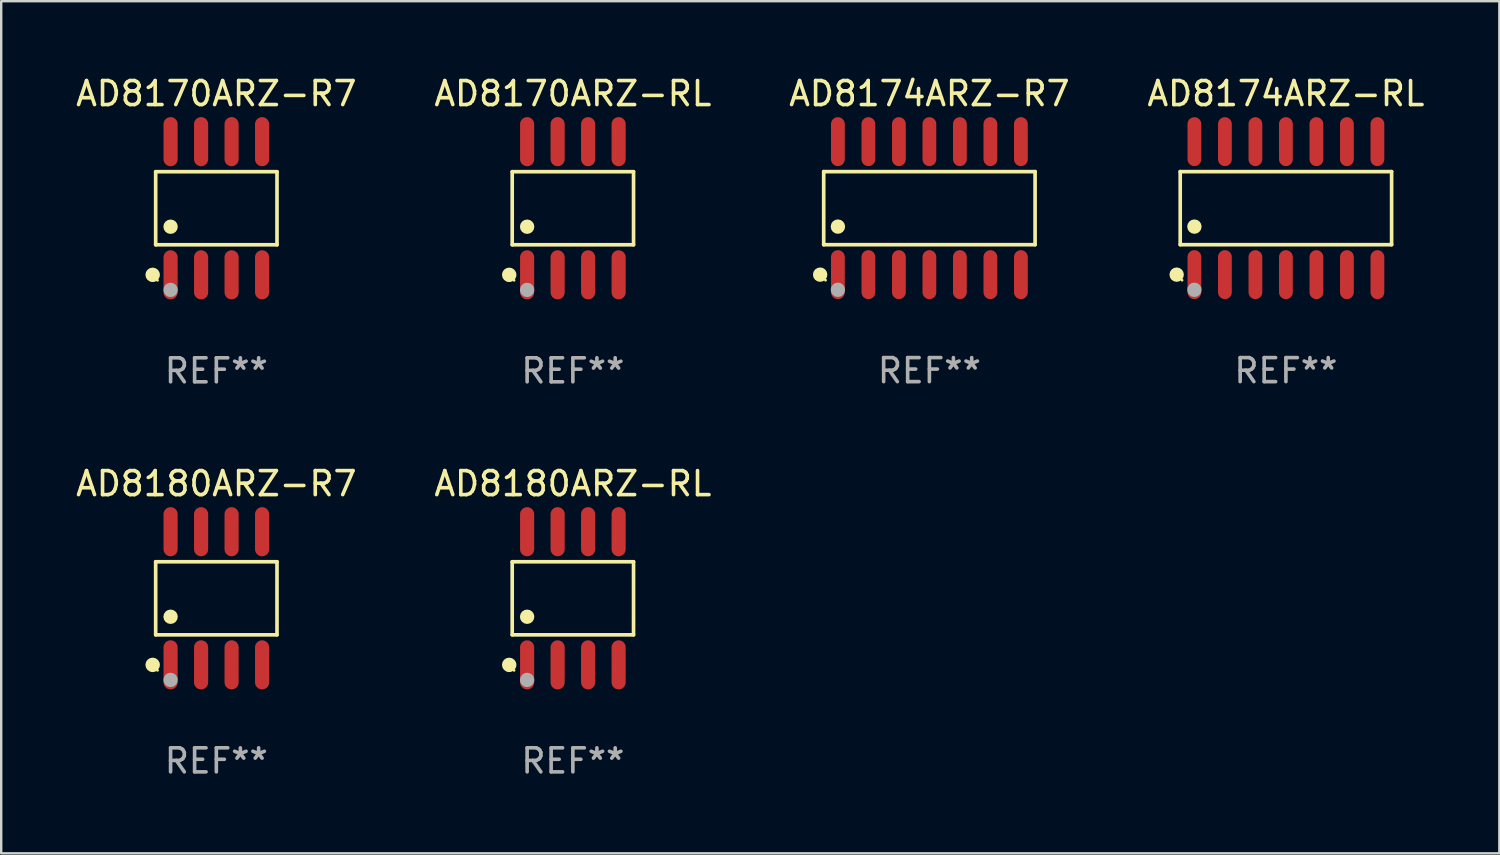
<source format=kicad_pcb>
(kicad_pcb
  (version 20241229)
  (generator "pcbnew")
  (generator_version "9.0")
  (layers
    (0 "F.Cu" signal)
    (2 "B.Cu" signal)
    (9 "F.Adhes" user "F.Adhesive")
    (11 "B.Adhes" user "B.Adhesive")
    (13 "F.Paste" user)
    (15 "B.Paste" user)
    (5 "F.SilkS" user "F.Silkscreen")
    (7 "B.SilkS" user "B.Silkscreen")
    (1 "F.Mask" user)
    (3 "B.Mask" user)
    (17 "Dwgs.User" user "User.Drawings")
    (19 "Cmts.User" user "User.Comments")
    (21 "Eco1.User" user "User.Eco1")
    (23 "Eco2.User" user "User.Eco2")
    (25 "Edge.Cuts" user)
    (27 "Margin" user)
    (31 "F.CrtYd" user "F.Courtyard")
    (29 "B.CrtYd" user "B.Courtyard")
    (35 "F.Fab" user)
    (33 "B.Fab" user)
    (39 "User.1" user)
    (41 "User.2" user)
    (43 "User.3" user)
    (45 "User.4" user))
  (footprint "AD8180ARZ-R7"
    (layer "F.Cu")
    (at 5.958 21.862)
    (property "Reference" "AD8180ARZ-R7" (at 0 -4.772 0) (layer "F.SilkS") (effects (font (size 1 1) (thickness 0.15))))
    (attr through_hole)
    (fp_line (start -2.526 -1.521) (end 2.526 -1.521) (stroke (width 0.152) (type solid)) (layer "F.SilkS"))
    (fp_line (start -2.526 1.521) (end -2.526 -1.521) (stroke (width 0.152) (type solid)) (layer "F.SilkS"))
    (fp_line (start 2.526 -1.521) (end 2.526 1.521) (stroke (width 0.152) (type solid)) (layer "F.SilkS"))
    (fp_line (start 2.526 1.521) (end -2.526 1.521) (stroke (width 0.152) (type solid)) (layer "F.SilkS"))
    (fp_circle (center -2.652 2.772) (end -2.501 2.772) (stroke (width 0.3) (type solid)) (fill no) (layer "F.SilkS"))
    (fp_circle (center -2.45 3) (end -2.42 3) (stroke (width 0.06) (type solid)) (fill no) (layer "F.SilkS"))
    (fp_circle (center -1.905 0.769) (end -1.755 0.769) (stroke (width 0.3) (type solid)) (fill no) (layer "F.SilkS"))
    (fp_circle (center -1.905 3.4) (end -1.755 3.4) (stroke (width 0.3) (type solid)) (fill no) (layer "F.Fab"))
    (fp_text user "REF**" (at 0 6.772 0) (layer "F.Fab") (effects (font (size 1 1) (thickness 0.15))))
    (pad "1" smd oval (at -1.905 2.772) (size 0.588 2.045) (layers "F.Cu" "F.Mask" "F.Paste"))
    (pad "2" smd oval (at -0.635 2.772) (size 0.588 2.045) (layers "F.Cu" "F.Mask" "F.Paste"))
    (pad "3" smd oval (at 0.635 2.772) (size 0.588 2.045) (layers "F.Cu" "F.Mask" "F.Paste"))
    (pad "4" smd oval (at 1.905 2.772) (size 0.588 2.045) (layers "F.Cu" "F.Mask" "F.Paste"))
    (pad "5" smd oval (at 1.905 -2.772) (size 0.588 2.045) (layers "F.Cu" "F.Mask" "F.Paste"))
    (pad "6" smd oval (at 0.635 -2.772) (size 0.588 2.045) (layers "F.Cu" "F.Mask" "F.Paste"))
    (pad "7" smd oval (at -0.635 -2.772) (size 0.588 2.045) (layers "F.Cu" "F.Mask" "F.Paste"))
    (pad "8" smd oval (at -1.905 -2.772) (size 0.588 2.045) (layers "F.Cu" "F.Mask" "F.Paste")))
  (footprint "AD8174ARZ-RL"
    (layer "F.Cu")
    (at 50.494 5.617)
    (property "Reference" "AD8174ARZ-RL" (at 0 -4.769 0) (layer "F.SilkS") (effects (font (size 1 1) (thickness 0.15))))
    (attr through_hole)
    (fp_line (start -4.401 -1.521) (end 4.401 -1.521) (stroke (width 0.152) (type solid)) (layer "F.SilkS"))
    (fp_line (start -4.401 1.521) (end -4.401 -1.521) (stroke (width 0.152) (type solid)) (layer "F.SilkS"))
    (fp_line (start 4.401 -1.521) (end 4.401 1.521) (stroke (width 0.152) (type solid)) (layer "F.SilkS"))
    (fp_line (start 4.401 1.521) (end -4.401 1.521) (stroke (width 0.152) (type solid)) (layer "F.SilkS"))
    (fp_circle (center -4.549 2.769) (end -4.399 2.769) (stroke (width 0.3) (type solid)) (fill no) (layer "F.SilkS"))
    (fp_circle (center -4.325 3) (end -4.295 3) (stroke (width 0.06) (type solid)) (fill no) (layer "F.SilkS"))
    (fp_circle (center -3.81 0.769) (end -3.66 0.769) (stroke (width 0.3) (type solid)) (fill no) (layer "F.SilkS"))
    (fp_circle (center -3.81 3.4) (end -3.66 3.4) (stroke (width 0.3) (type solid)) (fill no) (layer "F.Fab"))
    (fp_text user "REF**" (at 0 6.769 0) (layer "F.Fab") (effects (font (size 1 1) (thickness 0.15))))
    (pad "1" smd oval (at -3.81 2.769) (size 0.574 2.038) (layers "F.Cu" "F.Mask" "F.Paste"))
    (pad "2" smd oval (at -2.54 2.769) (size 0.574 2.038) (layers "F.Cu" "F.Mask" "F.Paste"))
    (pad "3" smd oval (at -1.27 2.769) (size 0.574 2.038) (layers "F.Cu" "F.Mask" "F.Paste"))
    (pad "4" smd oval (at 0 2.769) (size 0.574 2.038) (layers "F.Cu" "F.Mask" "F.Paste"))
    (pad "5" smd oval (at 1.27 2.769) (size 0.574 2.038) (layers "F.Cu" "F.Mask" "F.Paste"))
    (pad "6" smd oval (at 2.54 2.769) (size 0.574 2.038) (layers "F.Cu" "F.Mask" "F.Paste"))
    (pad "7" smd oval (at 3.81 2.769) (size 0.574 2.038) (layers "F.Cu" "F.Mask" "F.Paste"))
    (pad "8" smd oval (at 3.81 -2.769) (size 0.574 2.038) (layers "F.Cu" "F.Mask" "F.Paste"))
    (pad "9" smd oval (at 2.54 -2.769) (size 0.574 2.038) (layers "F.Cu" "F.Mask" "F.Paste"))
    (pad "10" smd oval (at 1.27 -2.769) (size 0.574 2.038) (layers "F.Cu" "F.Mask" "F.Paste"))
    (pad "11" smd oval (at 0 -2.769) (size 0.574 2.038) (layers "F.Cu" "F.Mask" "F.Paste"))
    (pad "12" smd oval (at -1.27 -2.769) (size 0.574 2.038) (layers "F.Cu" "F.Mask" "F.Paste"))
    (pad "13" smd oval (at -2.54 -2.769) (size 0.574 2.038) (layers "F.Cu" "F.Mask" "F.Paste"))
    (pad "14" smd oval (at -3.81 -2.769) (size 0.574 2.038) (layers "F.Cu" "F.Mask" "F.Paste")))
  (footprint "AD8170ARZ-R7"
    (layer "F.Cu")
    (at 5.958 5.621)
    (property "Reference" "AD8170ARZ-R7" (at 0 -4.772 0) (layer "F.SilkS") (effects (font (size 1 1) (thickness 0.15))))
    (attr through_hole)
    (fp_line (start -2.526 -1.521) (end 2.526 -1.521) (stroke (width 0.152) (type solid)) (layer "F.SilkS"))
    (fp_line (start -2.526 1.521) (end -2.526 -1.521) (stroke (width 0.152) (type solid)) (layer "F.SilkS"))
    (fp_line (start 2.526 -1.521) (end 2.526 1.521) (stroke (width 0.152) (type solid)) (layer "F.SilkS"))
    (fp_line (start 2.526 1.521) (end -2.526 1.521) (stroke (width 0.152) (type solid)) (layer "F.SilkS"))
    (fp_circle (center -2.652 2.772) (end -2.501 2.772) (stroke (width 0.3) (type solid)) (fill no) (layer "F.SilkS"))
    (fp_circle (center -2.45 3) (end -2.42 3) (stroke (width 0.06) (type solid)) (fill no) (layer "F.SilkS"))
    (fp_circle (center -1.905 0.769) (end -1.755 0.769) (stroke (width 0.3) (type solid)) (fill no) (layer "F.SilkS"))
    (fp_circle (center -1.905 3.4) (end -1.755 3.4) (stroke (width 0.3) (type solid)) (fill no) (layer "F.Fab"))
    (fp_text user "REF**" (at 0 6.772 0) (layer "F.Fab") (effects (font (size 1 1) (thickness 0.15))))
    (pad "1" smd oval (at -1.905 2.772) (size 0.588 2.045) (layers "F.Cu" "F.Mask" "F.Paste"))
    (pad "2" smd oval (at -0.635 2.772) (size 0.588 2.045) (layers "F.Cu" "F.Mask" "F.Paste"))
    (pad "3" smd oval (at 0.635 2.772) (size 0.588 2.045) (layers "F.Cu" "F.Mask" "F.Paste"))
    (pad "4" smd oval (at 1.905 2.772) (size 0.588 2.045) (layers "F.Cu" "F.Mask" "F.Paste"))
    (pad "5" smd oval (at 1.905 -2.772) (size 0.588 2.045) (layers "F.Cu" "F.Mask" "F.Paste"))
    (pad "6" smd oval (at 0.635 -2.772) (size 0.588 2.045) (layers "F.Cu" "F.Mask" "F.Paste"))
    (pad "7" smd oval (at -0.635 -2.772) (size 0.588 2.045) (layers "F.Cu" "F.Mask" "F.Paste"))
    (pad "8" smd oval (at -1.905 -2.772) (size 0.588 2.045) (layers "F.Cu" "F.Mask" "F.Paste")))
  (footprint "AD8170ARZ-RL"
    (layer "F.Cu")
    (at 20.804 5.621)
    (property "Reference" "AD8170ARZ-RL" (at 0 -4.772 0) (layer "F.SilkS") (effects (font (size 1 1) (thickness 0.15))))
    (attr through_hole)
    (fp_line (start -2.526 -1.521) (end 2.526 -1.521) (stroke (width 0.152) (type solid)) (layer "F.SilkS"))
    (fp_line (start -2.526 1.521) (end -2.526 -1.521) (stroke (width 0.152) (type solid)) (layer "F.SilkS"))
    (fp_line (start 2.526 -1.521) (end 2.526 1.521) (stroke (width 0.152) (type solid)) (layer "F.SilkS"))
    (fp_line (start 2.526 1.521) (end -2.526 1.521) (stroke (width 0.152) (type solid)) (layer "F.SilkS"))
    (fp_circle (center -2.652 2.772) (end -2.501 2.772) (stroke (width 0.3) (type solid)) (fill no) (layer "F.SilkS"))
    (fp_circle (center -2.45 3) (end -2.42 3) (stroke (width 0.06) (type solid)) (fill no) (layer "F.SilkS"))
    (fp_circle (center -1.905 0.769) (end -1.755 0.769) (stroke (width 0.3) (type solid)) (fill no) (layer "F.SilkS"))
    (fp_circle (center -1.905 3.4) (end -1.755 3.4) (stroke (width 0.3) (type solid)) (fill no) (layer "F.Fab"))
    (fp_text user "REF**" (at 0 6.772 0) (layer "F.Fab") (effects (font (size 1 1) (thickness 0.15))))
    (pad "1" smd oval (at -1.905 2.772) (size 0.588 2.045) (layers "F.Cu" "F.Mask" "F.Paste"))
    (pad "2" smd oval (at -0.635 2.772) (size 0.588 2.045) (layers "F.Cu" "F.Mask" "F.Paste"))
    (pad "3" smd oval (at 0.635 2.772) (size 0.588 2.045) (layers "F.Cu" "F.Mask" "F.Paste"))
    (pad "4" smd oval (at 1.905 2.772) (size 0.588 2.045) (layers "F.Cu" "F.Mask" "F.Paste"))
    (pad "5" smd oval (at 1.905 -2.772) (size 0.588 2.045) (layers "F.Cu" "F.Mask" "F.Paste"))
    (pad "6" smd oval (at 0.635 -2.772) (size 0.588 2.045) (layers "F.Cu" "F.Mask" "F.Paste"))
    (pad "7" smd oval (at -0.635 -2.772) (size 0.588 2.045) (layers "F.Cu" "F.Mask" "F.Paste"))
    (pad "8" smd oval (at -1.905 -2.772) (size 0.588 2.045) (layers "F.Cu" "F.Mask" "F.Paste")))
  (footprint "AD8180ARZ-RL"
    (layer "F.Cu")
    (at 20.804 21.862)
    (property "Reference" "AD8180ARZ-RL" (at 0 -4.772 0) (layer "F.SilkS") (effects (font (size 1 1) (thickness 0.15))))
    (attr through_hole)
    (fp_line (start -2.526 -1.521) (end 2.526 -1.521) (stroke (width 0.152) (type solid)) (layer "F.SilkS"))
    (fp_line (start -2.526 1.521) (end -2.526 -1.521) (stroke (width 0.152) (type solid)) (layer "F.SilkS"))
    (fp_line (start 2.526 -1.521) (end 2.526 1.521) (stroke (width 0.152) (type solid)) (layer "F.SilkS"))
    (fp_line (start 2.526 1.521) (end -2.526 1.521) (stroke (width 0.152) (type solid)) (layer "F.SilkS"))
    (fp_circle (center -2.652 2.772) (end -2.501 2.772) (stroke (width 0.3) (type solid)) (fill no) (layer "F.SilkS"))
    (fp_circle (center -2.45 3) (end -2.42 3) (stroke (width 0.06) (type solid)) (fill no) (layer "F.SilkS"))
    (fp_circle (center -1.905 0.769) (end -1.755 0.769) (stroke (width 0.3) (type solid)) (fill no) (layer "F.SilkS"))
    (fp_circle (center -1.905 3.4) (end -1.755 3.4) (stroke (width 0.3) (type solid)) (fill no) (layer "F.Fab"))
    (fp_text user "REF**" (at 0 6.772 0) (layer "F.Fab") (effects (font (size 1 1) (thickness 0.15))))
    (pad "1" smd oval (at -1.905 2.772) (size 0.588 2.045) (layers "F.Cu" "F.Mask" "F.Paste"))
    (pad "2" smd oval (at -0.635 2.772) (size 0.588 2.045) (layers "F.Cu" "F.Mask" "F.Paste"))
    (pad "3" smd oval (at 0.635 2.772) (size 0.588 2.045) (layers "F.Cu" "F.Mask" "F.Paste"))
    (pad "4" smd oval (at 1.905 2.772) (size 0.588 2.045) (layers "F.Cu" "F.Mask" "F.Paste"))
    (pad "5" smd oval (at 1.905 -2.772) (size 0.588 2.045) (layers "F.Cu" "F.Mask" "F.Paste"))
    (pad "6" smd oval (at 0.635 -2.772) (size 0.588 2.045) (layers "F.Cu" "F.Mask" "F.Paste"))
    (pad "7" smd oval (at -0.635 -2.772) (size 0.588 2.045) (layers "F.Cu" "F.Mask" "F.Paste"))
    (pad "8" smd oval (at -1.905 -2.772) (size 0.588 2.045) (layers "F.Cu" "F.Mask" "F.Paste")))
  (footprint "AD8174ARZ-R7"
    (layer "F.Cu")
    (at 35.649 5.617)
    (property "Reference" "AD8174ARZ-R7" (at 0 -4.769 0) (layer "F.SilkS") (effects (font (size 1 1) (thickness 0.15))))
    (attr through_hole)
    (fp_line (start -4.401 -1.521) (end 4.401 -1.521) (stroke (width 0.152) (type solid)) (layer "F.SilkS"))
    (fp_line (start -4.401 1.521) (end -4.401 -1.521) (stroke (width 0.152) (type solid)) (layer "F.SilkS"))
    (fp_line (start 4.401 -1.521) (end 4.401 1.521) (stroke (width 0.152) (type solid)) (layer "F.SilkS"))
    (fp_line (start 4.401 1.521) (end -4.401 1.521) (stroke (width 0.152) (type solid)) (layer "F.SilkS"))
    (fp_circle (center -4.549 2.769) (end -4.399 2.769) (stroke (width 0.3) (type solid)) (fill no) (layer "F.SilkS"))
    (fp_circle (center -4.325 3) (end -4.295 3) (stroke (width 0.06) (type solid)) (fill no) (layer "F.SilkS"))
    (fp_circle (center -3.81 0.769) (end -3.66 0.769) (stroke (width 0.3) (type solid)) (fill no) (layer "F.SilkS"))
    (fp_circle (center -3.81 3.4) (end -3.66 3.4) (stroke (width 0.3) (type solid)) (fill no) (layer "F.Fab"))
    (fp_text user "REF**" (at 0 6.769 0) (layer "F.Fab") (effects (font (size 1 1) (thickness 0.15))))
    (pad "1" smd oval (at -3.81 2.769) (size 0.574 2.038) (layers "F.Cu" "F.Mask" "F.Paste"))
    (pad "2" smd oval (at -2.54 2.769) (size 0.574 2.038) (layers "F.Cu" "F.Mask" "F.Paste"))
    (pad "3" smd oval (at -1.27 2.769) (size 0.574 2.038) (layers "F.Cu" "F.Mask" "F.Paste"))
    (pad "4" smd oval (at 0 2.769) (size 0.574 2.038) (layers "F.Cu" "F.Mask" "F.Paste"))
    (pad "5" smd oval (at 1.27 2.769) (size 0.574 2.038) (layers "F.Cu" "F.Mask" "F.Paste"))
    (pad "6" smd oval (at 2.54 2.769) (size 0.574 2.038) (layers "F.Cu" "F.Mask" "F.Paste"))
    (pad "7" smd oval (at 3.81 2.769) (size 0.574 2.038) (layers "F.Cu" "F.Mask" "F.Paste"))
    (pad "8" smd oval (at 3.81 -2.769) (size 0.574 2.038) (layers "F.Cu" "F.Mask" "F.Paste"))
    (pad "9" smd oval (at 2.54 -2.769) (size 0.574 2.038) (layers "F.Cu" "F.Mask" "F.Paste"))
    (pad "10" smd oval (at 1.27 -2.769) (size 0.574 2.038) (layers "F.Cu" "F.Mask" "F.Paste"))
    (pad "11" smd oval (at 0 -2.769) (size 0.574 2.038) (layers "F.Cu" "F.Mask" "F.Paste"))
    (pad "12" smd oval (at -1.27 -2.769) (size 0.574 2.038) (layers "F.Cu" "F.Mask" "F.Paste"))
    (pad "13" smd oval (at -2.54 -2.769) (size 0.574 2.038) (layers "F.Cu" "F.Mask" "F.Paste"))
    (pad "14" smd oval (at -3.81 -2.769) (size 0.574 2.038) (layers "F.Cu" "F.Mask" "F.Paste")))
  (gr_rect
    (start -3 -3)
    (end 59.381 32.483)
    (stroke (width 0.1) (type default))
    (fill no)
    (layer "Edge.Cuts")))
</source>
